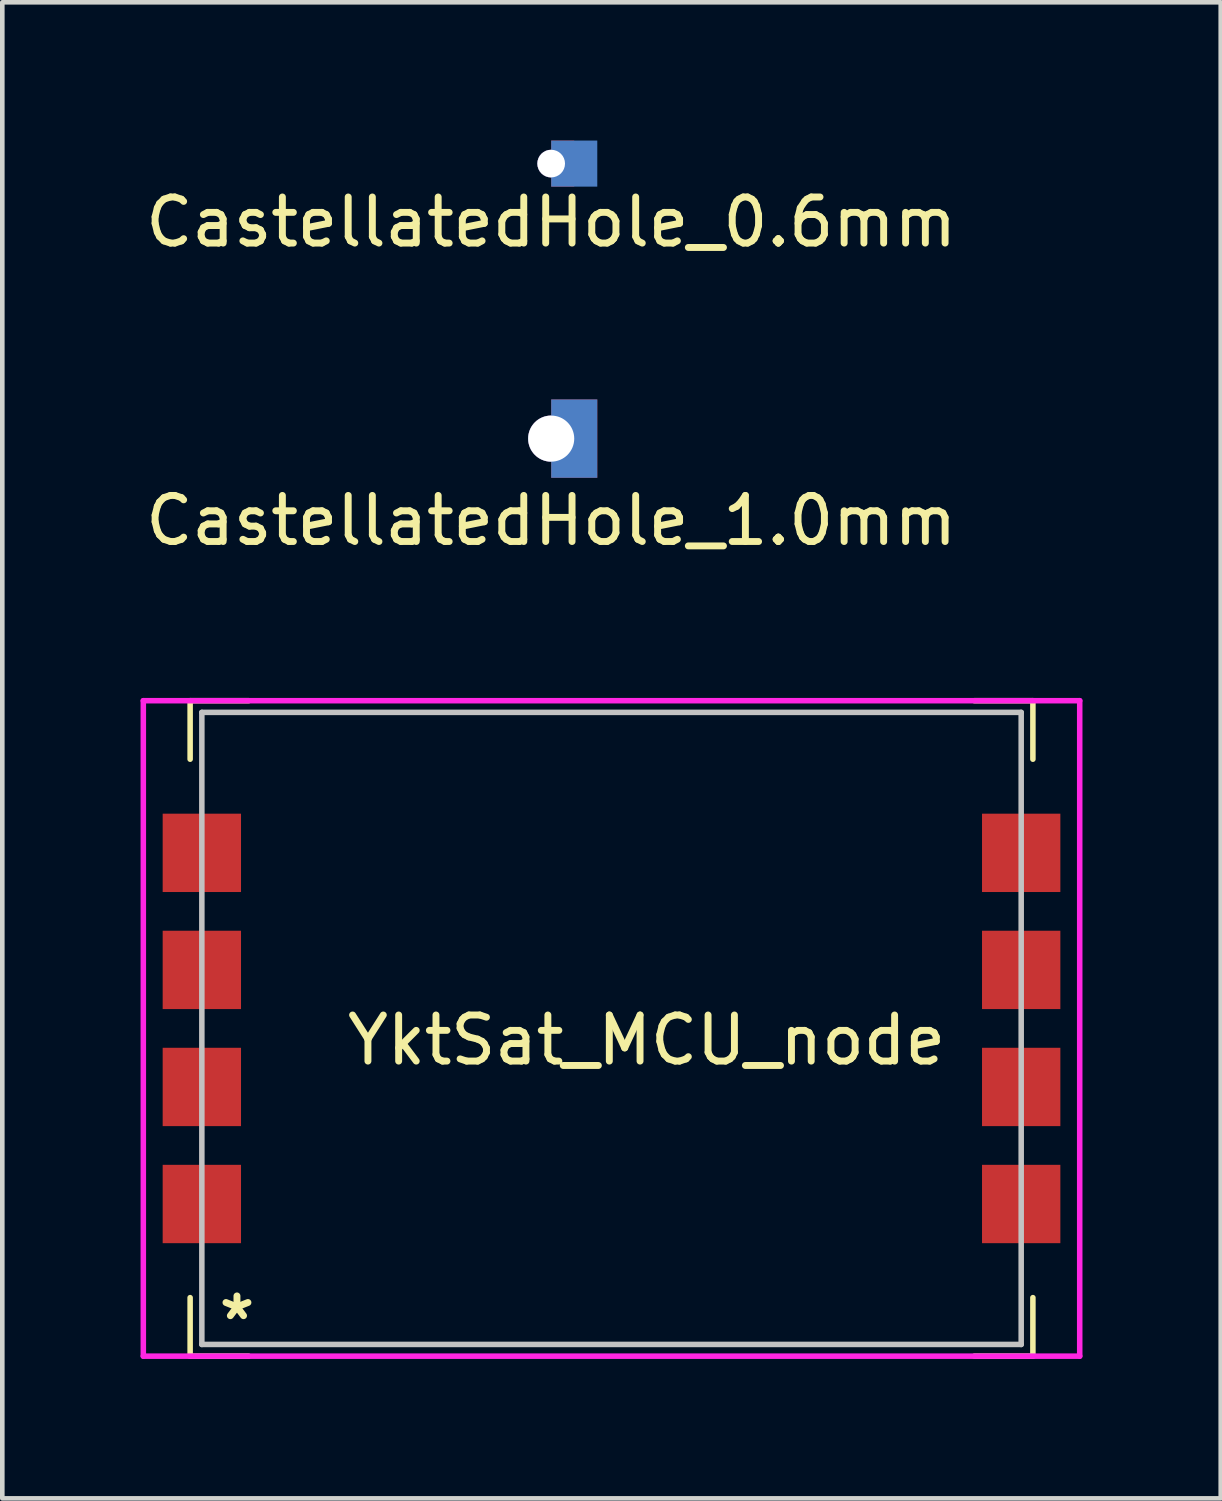
<source format=kicad_pcb>
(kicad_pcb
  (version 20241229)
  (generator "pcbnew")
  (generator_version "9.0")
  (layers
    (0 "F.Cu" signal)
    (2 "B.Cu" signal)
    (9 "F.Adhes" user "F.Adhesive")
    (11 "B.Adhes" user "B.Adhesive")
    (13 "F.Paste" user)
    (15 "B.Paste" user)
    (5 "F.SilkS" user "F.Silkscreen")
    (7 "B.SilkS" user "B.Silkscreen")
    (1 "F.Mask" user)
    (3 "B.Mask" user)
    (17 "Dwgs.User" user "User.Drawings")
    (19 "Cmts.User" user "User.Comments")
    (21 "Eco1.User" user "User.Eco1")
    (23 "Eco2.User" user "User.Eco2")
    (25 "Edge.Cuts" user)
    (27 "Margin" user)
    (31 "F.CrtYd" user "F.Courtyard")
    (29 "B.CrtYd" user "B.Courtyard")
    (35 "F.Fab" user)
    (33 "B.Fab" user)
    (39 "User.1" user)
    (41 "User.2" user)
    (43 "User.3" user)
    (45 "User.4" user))
  (footprint "CastellatedHole_0.6mm"
    (layer "F.Cu")
    (at 8.911 0.5)
    (property "Reference" "CastellatedHole_0.6mm" (at 0 1.27 0) (layer "F.SilkS") (effects (font (size 1 1) (thickness 0.15))))
    (attr through_hole)
    (pad "1" thru_hole circle (at 0 0) (size 0.603 0.603) (drill 0.6) (layers "*.Cu" "*.Mask"))
    (pad "1" smd rect (at 0.25 0) (size 0.5 1) (layers "F.Cu" "F.Mask" "F.Paste"))
    (pad "1" smd rect (at 0.5 0) (size 1 1) (layers "B.Cu" "B.Mask" "B.Paste")))
  (footprint "CastellatedHole_1.0mm"
    (layer "F.Cu")
    (at 8.911 6.468)
    (property "Reference" "CastellatedHole_1.0mm" (at 0 1.778 0) (layer "F.SilkS") (effects (font (size 1 1) (thickness 0.15))))
    (attr through_hole)
    (pad "1" thru_hole circle (at 0 0) (size 1.003 1.003) (drill 1) (layers "*.Cu" "*.Mask"))
    (pad "1" smd rect (at 0.5 0) (size 1 1.7) (layers "F.Cu" "F.Mask" "F.Paste"))
    (pad "1" smd rect (at 0.5 0) (size 1 1.7) (layers "B.Cu" "B.Mask" "B.Paste")))
  (footprint "YktSat_MCU_node"
    (layer "F.Cu")
    (at 1.33 12.409)
    (property "Reference" "YktSat_MCU_node" (at 9.652 7.112 0) (layer "F.SilkS") (effects (font (size 1 1) (thickness 0.15))))
    (attr smd)
    (fp_line (start -0.254 -0.254) (end 1.016 -0.254) (stroke (width 0.12) (type solid)) (layer "F.SilkS"))
    (fp_line (start -0.254 1.016) (end -0.254 -0.254) (stroke (width 0.12) (type solid)) (layer "F.SilkS"))
    (fp_line (start -0.254 12.7) (end -0.254 13.97) (stroke (width 0.12) (type solid)) (layer "F.SilkS"))
    (fp_line (start -0.254 13.97) (end 1.016 13.97) (stroke (width 0.12) (type solid)) (layer "F.SilkS"))
    (fp_line (start 18.034 -0.254) (end 16.764 -0.254) (stroke (width 0.12) (type solid)) (layer "F.SilkS"))
    (fp_line (start 18.034 1.016) (end 18.034 -0.254) (stroke (width 0.12) (type solid)) (layer "F.SilkS"))
    (fp_line (start 18.034 12.7) (end 18.034 13.97) (stroke (width 0.12) (type solid)) (layer "F.SilkS"))
    (fp_line (start 18.034 13.97) (end 16.764 13.97) (stroke (width 0.12) (type solid)) (layer "F.SilkS"))
    (fp_line (start 0 0) (end 0 13.716) (stroke (width 0.12) (type solid)) (layer "Dwgs.User"))
    (fp_line (start 0 13.716) (end 17.78 13.716) (stroke (width 0.12) (type solid)) (layer "Dwgs.User"))
    (fp_line (start 17.78 0) (end 0 0) (stroke (width 0.12) (type solid)) (layer "Dwgs.User"))
    (fp_line (start 17.78 13.716) (end 17.78 0) (stroke (width 0.12) (type solid)) (layer "Dwgs.User"))
    (fp_line (start -1.27 -0.254) (end -1.27 13.97) (stroke (width 0.12) (type solid)) (layer "F.CrtYd"))
    (fp_line (start -1.27 13.97) (end 19.05 13.97) (stroke (width 0.12) (type solid)) (layer "F.CrtYd"))
    (fp_line (start 19.05 -0.254) (end -1.27 -0.254) (stroke (width 0.12) (type solid)) (layer "F.CrtYd"))
    (fp_line (start 19.05 13.97) (end 19.05 -0.254) (stroke (width 0.12) (type solid)) (layer "F.CrtYd"))
    (fp_text user "*" (at 0.762 13.208 0) (layer "F.SilkS") (effects (font (size 1 1) (thickness 0.15))))
    (pad "1" smd rect (at 0 10.668) (size 1.7 1.7) (layers "F.Cu" "F.Mask" "F.Paste"))
    (pad "2" smd rect (at 0 8.128) (size 1.7 1.7) (layers "F.Cu" "F.Mask" "F.Paste"))
    (pad "3" smd rect (at 0 5.588) (size 1.7 1.7) (layers "F.Cu" "F.Mask" "F.Paste"))
    (pad "4" smd rect (at 0 3.048) (size 1.7 1.7) (layers "F.Cu" "F.Mask" "F.Paste"))
    (pad "5" smd rect (at 17.78 10.668) (size 1.7 1.7) (layers "F.Cu" "F.Mask" "F.Paste"))
    (pad "6" smd rect (at 17.78 8.128) (size 1.7 1.7) (layers "F.Cu" "F.Mask" "F.Paste"))
    (pad "7" smd rect (at 17.78 5.588) (size 1.7 1.7) (layers "F.Cu" "F.Mask" "F.Paste"))
    (pad "8" smd rect (at 17.78 3.048) (size 1.7 1.7) (layers "F.Cu" "F.Mask" "F.Paste")))
  (gr_rect
    (start -3 -3)
    (end 23.44 29.465)
    (stroke (width 0.1) (type default))
    (fill no)
    (layer "Edge.Cuts")))
</source>
